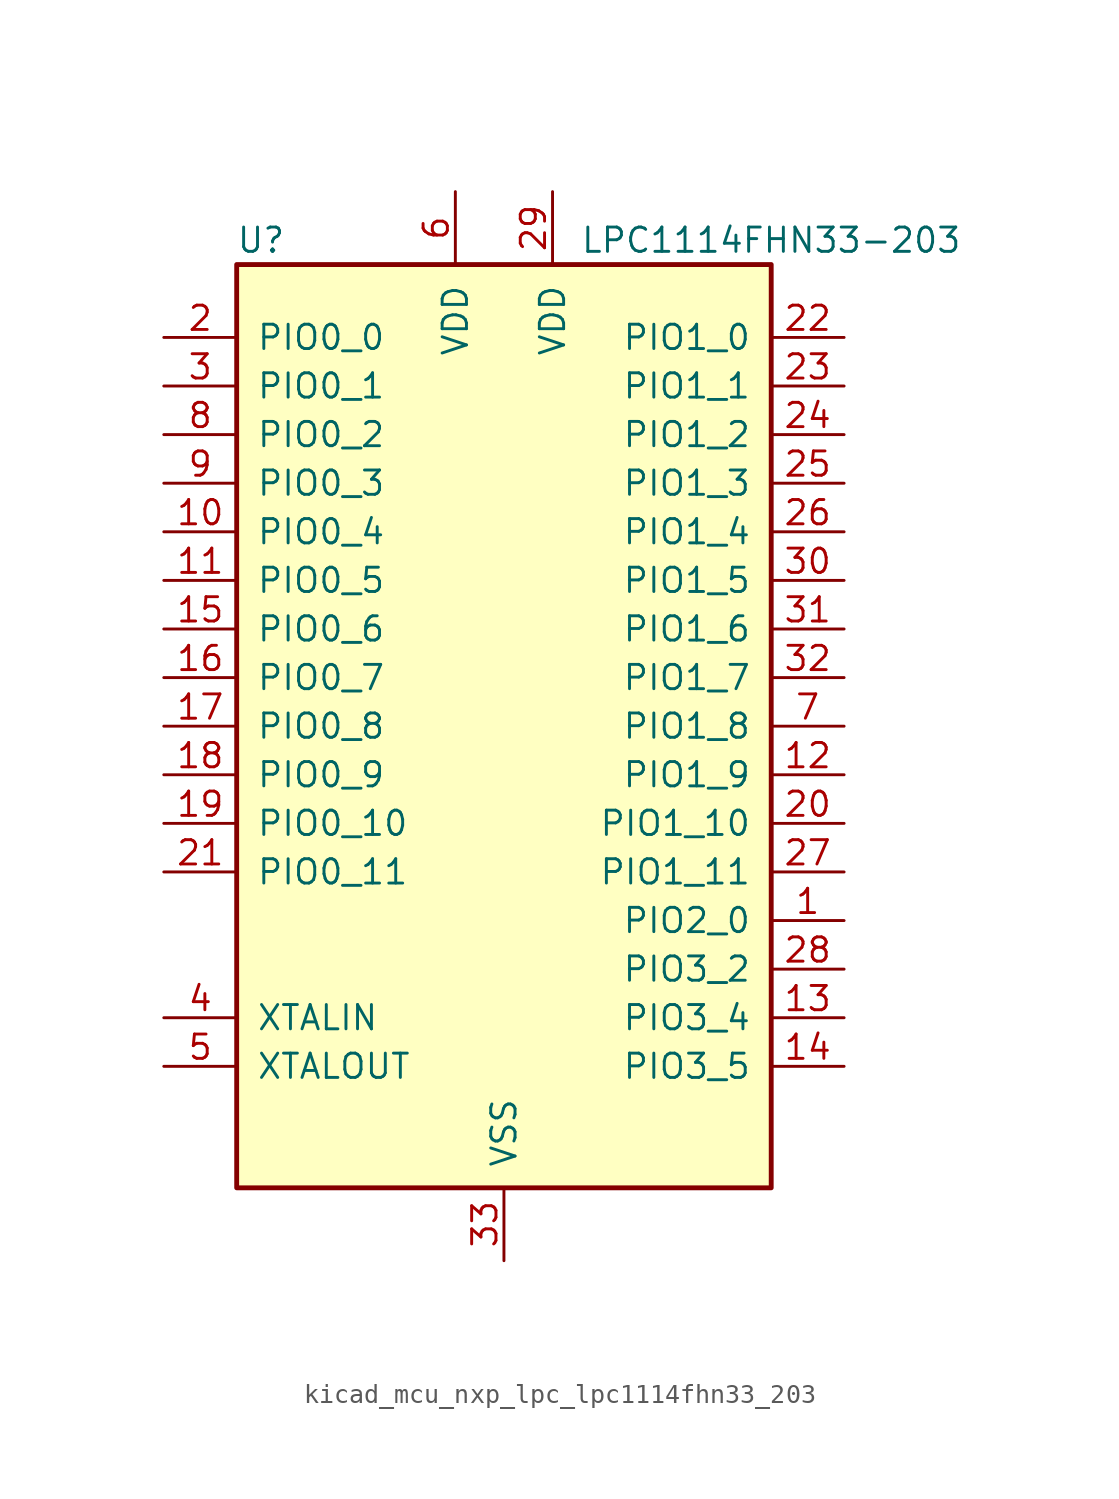
<source format=kicad_sym>
(kicad_symbol_lib
  (version 20220914)
  (generator kicad_symbol_editor)
  (symbol "kicad_mcu_nxp_lpc_lpc1114fhn33_203"
    (pin_names
      (offset 1.016))
    (property "Reference" "U"
      (at -12.7 25.4 0)
      (effects (font (size 1.27 1.27))))
    (property "Value" "LPC1114FHN33-203"
      (at 13.97 25.4 0)
      (effects (font (size 1.27 1.27))))
    (symbol "kicad_mcu_nxp_lpc_lpc1114fhn33_203_0_1"
      (rectangle (start -13.97 24.13) (end 13.97 -24.13) (stroke (width 0.254) (type default)) (fill (type background))))
    (symbol "kicad_mcu_nxp_lpc_lpc1114fhn33_203_1_1"
      (pin bidirectional line (at 17.78 -10.16 180) (length 3.81) (name "PIO2_0" (effects (font (size 1.27 1.27)))) (number "1" (effects (font (size 1.27 1.27)))))
      (pin bidirectional line (at -17.78 10.16 0) (length 3.81) (name "PIO0_4" (effects (font (size 1.27 1.27)))) (number "10" (effects (font (size 1.27 1.27)))))
      (pin bidirectional line (at -17.78 7.62 0) (length 3.81) (name "PIO0_5" (effects (font (size 1.27 1.27)))) (number "11" (effects (font (size 1.27 1.27)))))
      (pin bidirectional line (at 17.78 -2.54 180) (length 3.81) (name "PIO1_9" (effects (font (size 1.27 1.27)))) (number "12" (effects (font (size 1.27 1.27)))))
      (pin bidirectional line (at 17.78 -15.24 180) (length 3.81) (name "PIO3_4" (effects (font (size 1.27 1.27)))) (number "13" (effects (font (size 1.27 1.27)))))
      (pin bidirectional line (at 17.78 -17.78 180) (length 3.81) (name "PIO3_5" (effects (font (size 1.27 1.27)))) (number "14" (effects (font (size 1.27 1.27)))))
      (pin bidirectional line (at -17.78 5.08 0) (length 3.81) (name "PIO0_6" (effects (font (size 1.27 1.27)))) (number "15" (effects (font (size 1.27 1.27)))))
      (pin bidirectional line (at -17.78 2.54 0) (length 3.81) (name "PIO0_7" (effects (font (size 1.27 1.27)))) (number "16" (effects (font (size 1.27 1.27)))))
      (pin bidirectional line (at -17.78 0 0) (length 3.81) (name "PIO0_8" (effects (font (size 1.27 1.27)))) (number "17" (effects (font (size 1.27 1.27)))))
      (pin bidirectional line (at -17.78 -2.54 0) (length 3.81) (name "PIO0_9" (effects (font (size 1.27 1.27)))) (number "18" (effects (font (size 1.27 1.27)))))
      (pin bidirectional line (at -17.78 -5.08 0) (length 3.81) (name "PIO0_10" (effects (font (size 1.27 1.27)))) (number "19" (effects (font (size 1.27 1.27)))))
      (pin bidirectional line (at -17.78 20.32 0) (length 3.81) (name "PIO0_0" (effects (font (size 1.27 1.27)))) (number "2" (effects (font (size 1.27 1.27)))))
      (pin bidirectional line (at 17.78 -5.08 180) (length 3.81) (name "PIO1_10" (effects (font (size 1.27 1.27)))) (number "20" (effects (font (size 1.27 1.27)))))
      (pin bidirectional line (at -17.78 -7.62 0) (length 3.81) (name "PIO0_11" (effects (font (size 1.27 1.27)))) (number "21" (effects (font (size 1.27 1.27)))))
      (pin bidirectional line (at 17.78 20.32 180) (length 3.81) (name "PIO1_0" (effects (font (size 1.27 1.27)))) (number "22" (effects (font (size 1.27 1.27)))))
      (pin bidirectional line (at 17.78 17.78 180) (length 3.81) (name "PIO1_1" (effects (font (size 1.27 1.27)))) (number "23" (effects (font (size 1.27 1.27)))))
      (pin bidirectional line (at 17.78 15.24 180) (length 3.81) (name "PIO1_2" (effects (font (size 1.27 1.27)))) (number "24" (effects (font (size 1.27 1.27)))))
      (pin bidirectional line (at 17.78 12.7 180) (length 3.81) (name "PIO1_3" (effects (font (size 1.27 1.27)))) (number "25" (effects (font (size 1.27 1.27)))))
      (pin bidirectional line (at 17.78 10.16 180) (length 3.81) (name "PIO1_4" (effects (font (size 1.27 1.27)))) (number "26" (effects (font (size 1.27 1.27)))))
      (pin bidirectional line (at 17.78 -7.62 180) (length 3.81) (name "PIO1_11" (effects (font (size 1.27 1.27)))) (number "27" (effects (font (size 1.27 1.27)))))
      (pin bidirectional line (at 17.78 -12.7 180) (length 3.81) (name "PIO3_2" (effects (font (size 1.27 1.27)))) (number "28" (effects (font (size 1.27 1.27)))))
      (pin power_in line (at 2.54 27.94 270) (length 3.81) (name "VDD" (effects (font (size 1.27 1.27)))) (number "29" (effects (font (size 1.27 1.27)))))
      (pin bidirectional line (at -17.78 17.78 0) (length 3.81) (name "PIO0_1" (effects (font (size 1.27 1.27)))) (number "3" (effects (font (size 1.27 1.27)))))
      (pin bidirectional line (at 17.78 7.62 180) (length 3.81) (name "PIO1_5" (effects (font (size 1.27 1.27)))) (number "30" (effects (font (size 1.27 1.27)))))
      (pin bidirectional line (at 17.78 5.08 180) (length 3.81) (name "PIO1_6" (effects (font (size 1.27 1.27)))) (number "31" (effects (font (size 1.27 1.27)))))
      (pin bidirectional line (at 17.78 2.54 180) (length 3.81) (name "PIO1_7" (effects (font (size 1.27 1.27)))) (number "32" (effects (font (size 1.27 1.27)))))
      (pin power_in line (at 0 -27.94 90) (length 3.81) (name "VSS" (effects (font (size 1.27 1.27)))) (number "33" (effects (font (size 1.27 1.27)))))
      (pin input line (at -17.78 -15.24 0) (length 3.81) (name "XTALIN" (effects (font (size 1.27 1.27)))) (number "4" (effects (font (size 1.27 1.27)))))
      (pin output line (at -17.78 -17.78 0) (length 3.81) (name "XTALOUT" (effects (font (size 1.27 1.27)))) (number "5" (effects (font (size 1.27 1.27)))))
      (pin power_in line (at -2.54 27.94 270) (length 3.81) (name "VDD" (effects (font (size 1.27 1.27)))) (number "6" (effects (font (size 1.27 1.27)))))
      (pin bidirectional line (at 17.78 0 180) (length 3.81) (name "PIO1_8" (effects (font (size 1.27 1.27)))) (number "7" (effects (font (size 1.27 1.27)))))
      (pin bidirectional line (at -17.78 15.24 0) (length 3.81) (name "PIO0_2" (effects (font (size 1.27 1.27)))) (number "8" (effects (font (size 1.27 1.27)))))
      (pin bidirectional line (at -17.78 12.7 0) (length 3.81) (name "PIO0_3" (effects (font (size 1.27 1.27)))) (number "9" (effects (font (size 1.27 1.27))))))))
</source>
